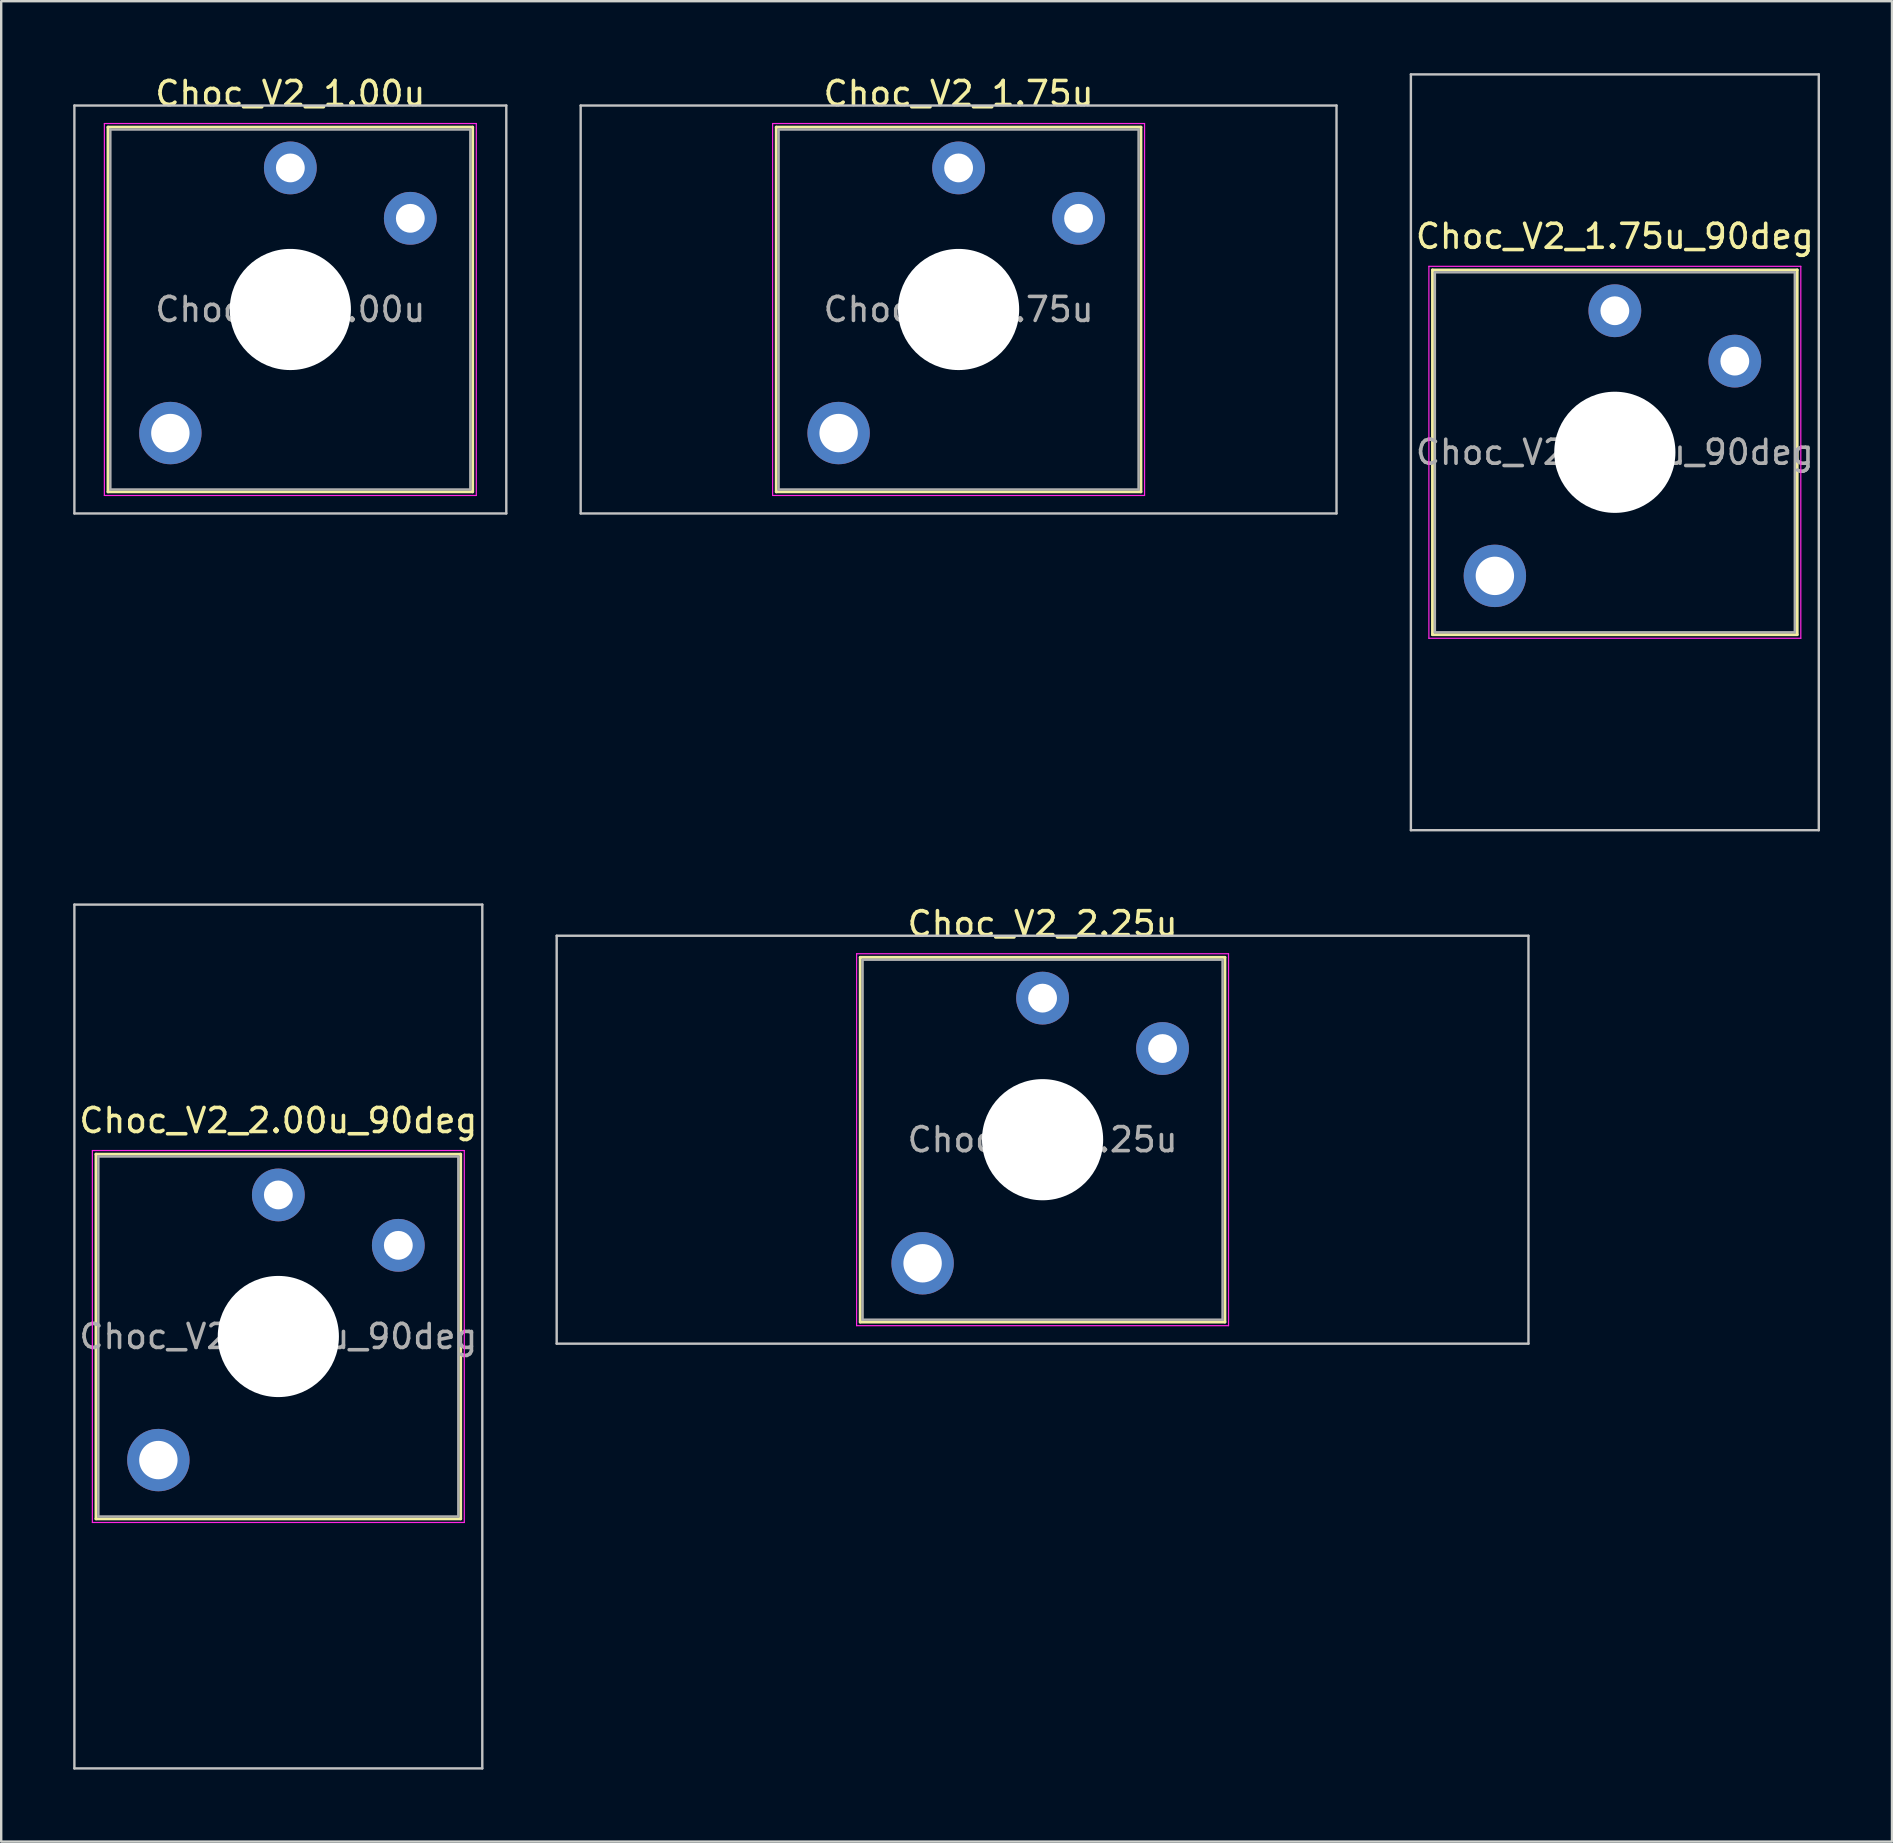
<source format=kicad_pcb>
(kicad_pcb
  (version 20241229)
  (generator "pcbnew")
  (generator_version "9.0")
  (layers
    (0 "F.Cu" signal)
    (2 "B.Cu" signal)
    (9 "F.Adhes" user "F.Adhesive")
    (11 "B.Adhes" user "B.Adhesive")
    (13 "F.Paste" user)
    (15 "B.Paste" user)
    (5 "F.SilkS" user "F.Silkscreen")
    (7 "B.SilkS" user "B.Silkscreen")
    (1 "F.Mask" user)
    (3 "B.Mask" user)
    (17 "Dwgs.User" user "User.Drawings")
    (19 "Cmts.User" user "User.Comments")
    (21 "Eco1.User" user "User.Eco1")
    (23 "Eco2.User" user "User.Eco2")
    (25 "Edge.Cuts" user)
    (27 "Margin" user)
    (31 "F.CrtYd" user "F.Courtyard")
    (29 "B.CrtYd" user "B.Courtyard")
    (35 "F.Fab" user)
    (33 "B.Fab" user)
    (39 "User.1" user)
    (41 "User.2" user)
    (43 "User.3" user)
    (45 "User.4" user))
  (footprint "Choc_V2_1.00u"
    (layer "F.Cu")
    (at 9.05 9.848)
    (property "Reference" "Choc_V2_1.00u" (at 0 -9 0) (layer "F.SilkS") (effects (font (size 1 1) (thickness 0.15))))
    (attr through_hole)
    (fp_line (start -7.6 -7.6) (end -7.6 7.6) (stroke (width 0.12) (type solid)) (layer "F.SilkS"))
    (fp_line (start -7.6 7.6) (end 7.6 7.6) (stroke (width 0.12) (type solid)) (layer "F.SilkS"))
    (fp_line (start 7.6 -7.6) (end -7.6 -7.6) (stroke (width 0.12) (type solid)) (layer "F.SilkS"))
    (fp_line (start 7.6 7.6) (end 7.6 -7.6) (stroke (width 0.12) (type solid)) (layer "F.SilkS"))
    (fp_line (start -9 -8.5) (end -9 8.5) (stroke (width 0.1) (type solid)) (layer "Dwgs.User"))
    (fp_line (start -9 8.5) (end 9 8.5) (stroke (width 0.1) (type solid)) (layer "Dwgs.User"))
    (fp_line (start 9 -8.5) (end -9 -8.5) (stroke (width 0.1) (type solid)) (layer "Dwgs.User"))
    (fp_line (start 9 8.5) (end 9 -8.5) (stroke (width 0.1) (type solid)) (layer "Dwgs.User"))
    (fp_line (start -7.25 -7.25) (end -7.25 7.25) (stroke (width 0.1) (type solid)) (layer "Eco1.User"))
    (fp_line (start -7.25 7.25) (end 7.25 7.25) (stroke (width 0.1) (type solid)) (layer "Eco1.User"))
    (fp_line (start 7.25 -7.25) (end -7.25 -7.25) (stroke (width 0.1) (type solid)) (layer "Eco1.User"))
    (fp_line (start 7.25 7.25) (end 7.25 -7.25) (stroke (width 0.1) (type solid)) (layer "Eco1.User"))
    (fp_line (start -7.75 -7.75) (end -7.75 7.75) (stroke (width 0.05) (type solid)) (layer "F.CrtYd"))
    (fp_line (start -7.75 7.75) (end 7.75 7.75) (stroke (width 0.05) (type solid)) (layer "F.CrtYd"))
    (fp_line (start 7.75 -7.75) (end -7.75 -7.75) (stroke (width 0.05) (type solid)) (layer "F.CrtYd"))
    (fp_line (start 7.75 7.75) (end 7.75 -7.75) (stroke (width 0.05) (type solid)) (layer "F.CrtYd"))
    (fp_line (start -7.5 -7.5) (end -7.5 7.5) (stroke (width 0.1) (type solid)) (layer "F.Fab"))
    (fp_line (start -7.5 7.5) (end 7.5 7.5) (stroke (width 0.1) (type solid)) (layer "F.Fab"))
    (fp_line (start 7.5 -7.5) (end -7.5 -7.5) (stroke (width 0.1) (type solid)) (layer "F.Fab"))
    (fp_line (start 7.5 7.5) (end 7.5 -7.5) (stroke (width 0.1) (type solid)) (layer "F.Fab"))
    (fp_text user "${REFERENCE}" (at 0 0 0) (layer "F.Fab") (effects (font (size 1 1) (thickness 0.15))))
    (pad "" thru_hole circle (at -5 5.15) (size 2.6 2.6) (drill 1.6) (layers "*.Cu" "*.Mask"))
    (pad "" np_thru_hole circle (at 0 0) (size 5.05 5.05) (drill 5.05) (layers "*.Cu" "*.Mask"))
    (pad "1" thru_hole circle (at 0 -5.9) (size 2.2 2.2) (drill 1.2) (layers "*.Cu" "*.Mask"))
    (pad "2" thru_hole circle (at 5 -3.8) (size 2.2 2.2) (drill 1.2) (layers "*.Cu" "*.Mask")))
  (footprint "Choc_V2_2.00u_90deg"
    (layer "F.Cu")
    (at 8.55 52.65)
    (property "Reference" "Choc_V2_2.00u_90deg" (at 0 -9 0) (layer "F.SilkS") (effects (font (size 1 1) (thickness 0.15))))
    (attr through_hole)
    (fp_line (start -7.6 -7.6) (end -7.6 7.6) (stroke (width 0.12) (type solid)) (layer "F.SilkS"))
    (fp_line (start -7.6 7.6) (end 7.6 7.6) (stroke (width 0.12) (type solid)) (layer "F.SilkS"))
    (fp_line (start 7.6 -7.6) (end -7.6 -7.6) (stroke (width 0.12) (type solid)) (layer "F.SilkS"))
    (fp_line (start 7.6 7.6) (end 7.6 -7.6) (stroke (width 0.12) (type solid)) (layer "F.SilkS"))
    (fp_line (start -8.5 -18) (end 8.5 -18) (stroke (width 0.1) (type solid)) (layer "Dwgs.User"))
    (fp_line (start -8.5 18) (end -8.5 -18) (stroke (width 0.1) (type solid)) (layer "Dwgs.User"))
    (fp_line (start 8.5 -18) (end 8.5 18) (stroke (width 0.1) (type solid)) (layer "Dwgs.User"))
    (fp_line (start 8.5 18) (end -8.5 18) (stroke (width 0.1) (type solid)) (layer "Dwgs.User"))
    (fp_line (start -7.25 -7.25) (end -7.25 7.25) (stroke (width 0.1) (type solid)) (layer "Eco1.User"))
    (fp_line (start -7.25 7.25) (end 7.25 7.25) (stroke (width 0.1) (type solid)) (layer "Eco1.User"))
    (fp_line (start 7.25 -7.25) (end -7.25 -7.25) (stroke (width 0.1) (type solid)) (layer "Eco1.User"))
    (fp_line (start 7.25 7.25) (end 7.25 -7.25) (stroke (width 0.1) (type solid)) (layer "Eco1.User"))
    (fp_line (start -7.75 -7.75) (end -7.75 7.75) (stroke (width 0.05) (type solid)) (layer "F.CrtYd"))
    (fp_line (start -7.75 7.75) (end 7.75 7.75) (stroke (width 0.05) (type solid)) (layer "F.CrtYd"))
    (fp_line (start 7.75 -7.75) (end -7.75 -7.75) (stroke (width 0.05) (type solid)) (layer "F.CrtYd"))
    (fp_line (start 7.75 7.75) (end 7.75 -7.75) (stroke (width 0.05) (type solid)) (layer "F.CrtYd"))
    (fp_line (start -7.5 -7.5) (end -7.5 7.5) (stroke (width 0.1) (type solid)) (layer "F.Fab"))
    (fp_line (start -7.5 7.5) (end 7.5 7.5) (stroke (width 0.1) (type solid)) (layer "F.Fab"))
    (fp_line (start 7.5 -7.5) (end -7.5 -7.5) (stroke (width 0.1) (type solid)) (layer "F.Fab"))
    (fp_line (start 7.5 7.5) (end 7.5 -7.5) (stroke (width 0.1) (type solid)) (layer "F.Fab"))
    (fp_text user "${REFERENCE}" (at 0 0 0) (layer "F.Fab") (effects (font (size 1 1) (thickness 0.15))))
    (pad "" thru_hole circle (at -5 5.15) (size 2.6 2.6) (drill 1.6) (layers "*.Cu" "*.Mask"))
    (pad "" np_thru_hole circle (at 0 0) (size 5.05 5.05) (drill 5.05) (layers "*.Cu" "*.Mask"))
    (pad "1" thru_hole circle (at 0 -5.9) (size 2.2 2.2) (drill 1.2) (layers "*.Cu" "*.Mask"))
    (pad "2" thru_hole circle (at 5 -3.8) (size 2.2 2.2) (drill 1.2) (layers "*.Cu" "*.Mask")))
  (footprint "Choc_V2_1.75u"
    (layer "F.Cu")
    (at 36.9 9.848)
    (property "Reference" "Choc_V2_1.75u" (at 0 -9 0) (layer "F.SilkS") (effects (font (size 1 1) (thickness 0.15))))
    (attr through_hole)
    (fp_line (start -7.6 -7.6) (end -7.6 7.6) (stroke (width 0.12) (type solid)) (layer "F.SilkS"))
    (fp_line (start -7.6 7.6) (end 7.6 7.6) (stroke (width 0.12) (type solid)) (layer "F.SilkS"))
    (fp_line (start 7.6 -7.6) (end -7.6 -7.6) (stroke (width 0.12) (type solid)) (layer "F.SilkS"))
    (fp_line (start 7.6 7.6) (end 7.6 -7.6) (stroke (width 0.12) (type solid)) (layer "F.SilkS"))
    (fp_line (start -15.75 -8.5) (end -15.75 8.5) (stroke (width 0.1) (type solid)) (layer "Dwgs.User"))
    (fp_line (start -15.75 8.5) (end 15.75 8.5) (stroke (width 0.1) (type solid)) (layer "Dwgs.User"))
    (fp_line (start 15.75 -8.5) (end -15.75 -8.5) (stroke (width 0.1) (type solid)) (layer "Dwgs.User"))
    (fp_line (start 15.75 8.5) (end 15.75 -8.5) (stroke (width 0.1) (type solid)) (layer "Dwgs.User"))
    (fp_line (start -7.25 -7.25) (end -7.25 7.25) (stroke (width 0.1) (type solid)) (layer "Eco1.User"))
    (fp_line (start -7.25 7.25) (end 7.25 7.25) (stroke (width 0.1) (type solid)) (layer "Eco1.User"))
    (fp_line (start 7.25 -7.25) (end -7.25 -7.25) (stroke (width 0.1) (type solid)) (layer "Eco1.User"))
    (fp_line (start 7.25 7.25) (end 7.25 -7.25) (stroke (width 0.1) (type solid)) (layer "Eco1.User"))
    (fp_line (start -7.75 -7.75) (end -7.75 7.75) (stroke (width 0.05) (type solid)) (layer "F.CrtYd"))
    (fp_line (start -7.75 7.75) (end 7.75 7.75) (stroke (width 0.05) (type solid)) (layer "F.CrtYd"))
    (fp_line (start 7.75 -7.75) (end -7.75 -7.75) (stroke (width 0.05) (type solid)) (layer "F.CrtYd"))
    (fp_line (start 7.75 7.75) (end 7.75 -7.75) (stroke (width 0.05) (type solid)) (layer "F.CrtYd"))
    (fp_line (start -7.5 -7.5) (end -7.5 7.5) (stroke (width 0.1) (type solid)) (layer "F.Fab"))
    (fp_line (start -7.5 7.5) (end 7.5 7.5) (stroke (width 0.1) (type solid)) (layer "F.Fab"))
    (fp_line (start 7.5 -7.5) (end -7.5 -7.5) (stroke (width 0.1) (type solid)) (layer "F.Fab"))
    (fp_line (start 7.5 7.5) (end 7.5 -7.5) (stroke (width 0.1) (type solid)) (layer "F.Fab"))
    (fp_text user "${REFERENCE}" (at 0 0 0) (layer "F.Fab") (effects (font (size 1 1) (thickness 0.15))))
    (pad "" thru_hole circle (at -5 5.15) (size 2.6 2.6) (drill 1.6) (layers "*.Cu" "*.Mask"))
    (pad "" np_thru_hole circle (at 0 0) (size 5.05 5.05) (drill 5.05) (layers "*.Cu" "*.Mask"))
    (pad "1" thru_hole circle (at 0 -5.9) (size 2.2 2.2) (drill 1.2) (layers "*.Cu" "*.Mask"))
    (pad "2" thru_hole circle (at 5 -3.8) (size 2.2 2.2) (drill 1.2) (layers "*.Cu" "*.Mask")))
  (footprint "Choc_V2_1.75u_90deg"
    (layer "F.Cu")
    (at 64.25 15.8)
    (property "Reference" "Choc_V2_1.75u_90deg" (at 0 -9 0) (layer "F.SilkS") (effects (font (size 1 1) (thickness 0.15))))
    (attr through_hole)
    (fp_line (start -7.6 -7.6) (end -7.6 7.6) (stroke (width 0.12) (type solid)) (layer "F.SilkS"))
    (fp_line (start -7.6 7.6) (end 7.6 7.6) (stroke (width 0.12) (type solid)) (layer "F.SilkS"))
    (fp_line (start 7.6 -7.6) (end -7.6 -7.6) (stroke (width 0.12) (type solid)) (layer "F.SilkS"))
    (fp_line (start 7.6 7.6) (end 7.6 -7.6) (stroke (width 0.12) (type solid)) (layer "F.SilkS"))
    (fp_line (start -8.5 -15.75) (end 8.5 -15.75) (stroke (width 0.1) (type solid)) (layer "Dwgs.User"))
    (fp_line (start -8.5 15.75) (end -8.5 -15.75) (stroke (width 0.1) (type solid)) (layer "Dwgs.User"))
    (fp_line (start 8.5 -15.75) (end 8.5 15.75) (stroke (width 0.1) (type solid)) (layer "Dwgs.User"))
    (fp_line (start 8.5 15.75) (end -8.5 15.75) (stroke (width 0.1) (type solid)) (layer "Dwgs.User"))
    (fp_line (start -7.25 -7.25) (end -7.25 7.25) (stroke (width 0.1) (type solid)) (layer "Eco1.User"))
    (fp_line (start -7.25 7.25) (end 7.25 7.25) (stroke (width 0.1) (type solid)) (layer "Eco1.User"))
    (fp_line (start 7.25 -7.25) (end -7.25 -7.25) (stroke (width 0.1) (type solid)) (layer "Eco1.User"))
    (fp_line (start 7.25 7.25) (end 7.25 -7.25) (stroke (width 0.1) (type solid)) (layer "Eco1.User"))
    (fp_line (start -7.75 -7.75) (end -7.75 7.75) (stroke (width 0.05) (type solid)) (layer "F.CrtYd"))
    (fp_line (start -7.75 7.75) (end 7.75 7.75) (stroke (width 0.05) (type solid)) (layer "F.CrtYd"))
    (fp_line (start 7.75 -7.75) (end -7.75 -7.75) (stroke (width 0.05) (type solid)) (layer "F.CrtYd"))
    (fp_line (start 7.75 7.75) (end 7.75 -7.75) (stroke (width 0.05) (type solid)) (layer "F.CrtYd"))
    (fp_line (start -7.5 -7.5) (end -7.5 7.5) (stroke (width 0.1) (type solid)) (layer "F.Fab"))
    (fp_line (start -7.5 7.5) (end 7.5 7.5) (stroke (width 0.1) (type solid)) (layer "F.Fab"))
    (fp_line (start 7.5 -7.5) (end -7.5 -7.5) (stroke (width 0.1) (type solid)) (layer "F.Fab"))
    (fp_line (start 7.5 7.5) (end 7.5 -7.5) (stroke (width 0.1) (type solid)) (layer "F.Fab"))
    (fp_text user "${REFERENCE}" (at 0 0 0) (layer "F.Fab") (effects (font (size 1 1) (thickness 0.15))))
    (pad "" thru_hole circle (at -5 5.15) (size 2.6 2.6) (drill 1.6) (layers "*.Cu" "*.Mask"))
    (pad "" np_thru_hole circle (at 0 0) (size 5.05 5.05) (drill 5.05) (layers "*.Cu" "*.Mask"))
    (pad "1" thru_hole circle (at 0 -5.9) (size 2.2 2.2) (drill 1.2) (layers "*.Cu" "*.Mask"))
    (pad "2" thru_hole circle (at 5 -3.8) (size 2.2 2.2) (drill 1.2) (layers "*.Cu" "*.Mask")))
  (footprint "Choc_V2_2.25u"
    (layer "F.Cu")
    (at 40.4 44.448)
    (property "Reference" "Choc_V2_2.25u" (at 0 -9 0) (layer "F.SilkS") (effects (font (size 1 1) (thickness 0.15))))
    (attr through_hole)
    (fp_line (start -7.6 -7.6) (end -7.6 7.6) (stroke (width 0.12) (type solid)) (layer "F.SilkS"))
    (fp_line (start -7.6 7.6) (end 7.6 7.6) (stroke (width 0.12) (type solid)) (layer "F.SilkS"))
    (fp_line (start 7.6 -7.6) (end -7.6 -7.6) (stroke (width 0.12) (type solid)) (layer "F.SilkS"))
    (fp_line (start 7.6 7.6) (end 7.6 -7.6) (stroke (width 0.12) (type solid)) (layer "F.SilkS"))
    (fp_line (start -20.25 -8.5) (end -20.25 8.5) (stroke (width 0.1) (type solid)) (layer "Dwgs.User"))
    (fp_line (start -20.25 8.5) (end 20.25 8.5) (stroke (width 0.1) (type solid)) (layer "Dwgs.User"))
    (fp_line (start 20.25 -8.5) (end -20.25 -8.5) (stroke (width 0.1) (type solid)) (layer "Dwgs.User"))
    (fp_line (start 20.25 8.5) (end 20.25 -8.5) (stroke (width 0.1) (type solid)) (layer "Dwgs.User"))
    (fp_line (start -7.25 -7.25) (end -7.25 7.25) (stroke (width 0.1) (type solid)) (layer "Eco1.User"))
    (fp_line (start -7.25 7.25) (end 7.25 7.25) (stroke (width 0.1) (type solid)) (layer "Eco1.User"))
    (fp_line (start 7.25 -7.25) (end -7.25 -7.25) (stroke (width 0.1) (type solid)) (layer "Eco1.User"))
    (fp_line (start 7.25 7.25) (end 7.25 -7.25) (stroke (width 0.1) (type solid)) (layer "Eco1.User"))
    (fp_line (start -7.75 -7.75) (end -7.75 7.75) (stroke (width 0.05) (type solid)) (layer "F.CrtYd"))
    (fp_line (start -7.75 7.75) (end 7.75 7.75) (stroke (width 0.05) (type solid)) (layer "F.CrtYd"))
    (fp_line (start 7.75 -7.75) (end -7.75 -7.75) (stroke (width 0.05) (type solid)) (layer "F.CrtYd"))
    (fp_line (start 7.75 7.75) (end 7.75 -7.75) (stroke (width 0.05) (type solid)) (layer "F.CrtYd"))
    (fp_line (start -7.5 -7.5) (end -7.5 7.5) (stroke (width 0.1) (type solid)) (layer "F.Fab"))
    (fp_line (start -7.5 7.5) (end 7.5 7.5) (stroke (width 0.1) (type solid)) (layer "F.Fab"))
    (fp_line (start 7.5 -7.5) (end -7.5 -7.5) (stroke (width 0.1) (type solid)) (layer "F.Fab"))
    (fp_line (start 7.5 7.5) (end 7.5 -7.5) (stroke (width 0.1) (type solid)) (layer "F.Fab"))
    (fp_text user "${REFERENCE}" (at 0 0 0) (layer "F.Fab") (effects (font (size 1 1) (thickness 0.15))))
    (pad "" thru_hole circle (at -5 5.15) (size 2.6 2.6) (drill 1.6) (layers "*.Cu" "*.Mask"))
    (pad "" np_thru_hole circle (at 0 0) (size 5.05 5.05) (drill 5.05) (layers "*.Cu" "*.Mask"))
    (pad "1" thru_hole circle (at 0 -5.9) (size 2.2 2.2) (drill 1.2) (layers "*.Cu" "*.Mask"))
    (pad "2" thru_hole circle (at 5 -3.8) (size 2.2 2.2) (drill 1.2) (layers "*.Cu" "*.Mask")))
  (gr_rect
    (start -3 -3)
    (end 75.8 73.7)
    (stroke (width 0.1) (type default))
    (fill no)
    (layer "Edge.Cuts")))
</source>
